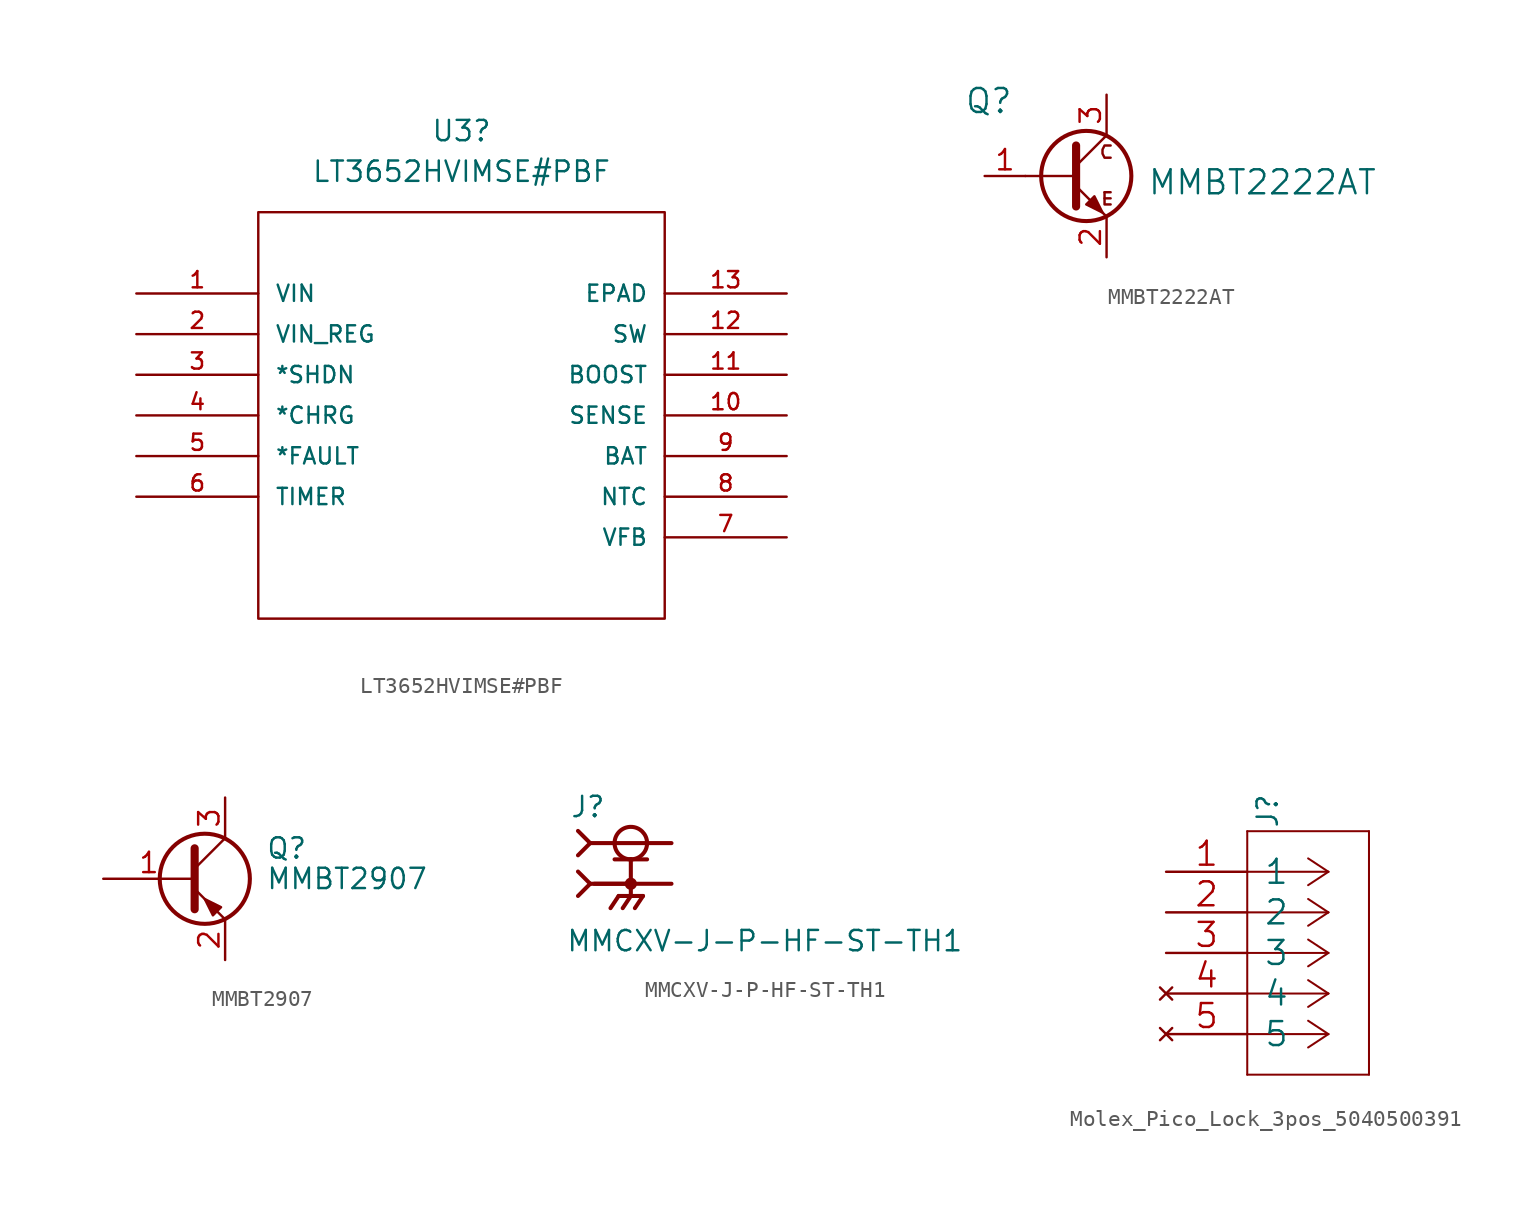
<source format=kicad_sym>
(kicad_symbol_lib
  (version 20220914)
  (generator kicad_symbol_editor)
  (symbol "LT3652HVIMSE#PBF"
    (pin_names
      (offset 1.016))
    (property "Reference" "U3"
      (at 50.8 10.16 0)
      (effects (font (size 1.27 1.27))))
    (property "Value" "LT3652HVIMSE#PBF"
      (at 50.8 7.62 0)
      (effects (font (size 1.27 1.27))))
    (symbol "LT3652HVIMSE#PBF_0_0"
      (rectangle (start 38.1 5.08) (end 63.5 -20.32) (stroke (width 0.152) (type default)) (fill (type none)))
      (pin input line (at 30.48 0 0) (length 7.62) (name "VIN" (effects (font (size 1.016 1.016)))) (number "1" (effects (font (size 1.016 1.016)))))
      (pin passive line (at 71.12 -7.62 180) (length 7.62) (name "SENSE" (effects (font (size 1.016 1.016)))) (number "10" (effects (font (size 1.016 1.016)))))
      (pin passive line (at 71.12 -5.08 180) (length 7.62) (name "BOOST" (effects (font (size 1.016 1.016)))) (number "11" (effects (font (size 1.016 1.016)))))
      (pin output line (at 71.12 -2.54 180) (length 7.62) (name "SW" (effects (font (size 1.016 1.016)))) (number "12" (effects (font (size 1.016 1.016)))))
      (pin passive line (at 71.12 0 180) (length 7.62) (name "EPAD" (effects (font (size 1.016 1.016)))) (number "13" (effects (font (size 1.016 1.016)))))
      (pin input line (at 30.48 -2.54 0) (length 7.62) (name "VIN_REG" (effects (font (size 1.016 1.016)))) (number "2" (effects (font (size 1.016 1.016)))))
      (pin input line (at 30.48 -5.08 0) (length 7.62) (name "*SHDN" (effects (font (size 1.016 1.016)))) (number "3" (effects (font (size 1.016 1.016)))))
      (pin output line (at 30.48 -7.62 0) (length 7.62) (name "*CHRG" (effects (font (size 1.016 1.016)))) (number "4" (effects (font (size 1.016 1.016)))))
      (pin output line (at 30.48 -10.16 0) (length 7.62) (name "*FAULT" (effects (font (size 1.016 1.016)))) (number "5" (effects (font (size 1.016 1.016)))))
      (pin passive line (at 30.48 -12.7 0) (length 7.62) (name "TIMER" (effects (font (size 1.016 1.016)))) (number "6" (effects (font (size 1.016 1.016)))))
      (pin output line (at 71.12 -15.24 180) (length 7.62) (name "VFB" (effects (font (size 1.016 1.016)))) (number "7" (effects (font (size 1.016 1.016)))))
      (pin input line (at 71.12 -12.7 180) (length 7.62) (name "NTC" (effects (font (size 1.016 1.016)))) (number "8" (effects (font (size 1.016 1.016)))))
      (pin output line (at 71.12 -10.16 180) (length 7.62) (name "BAT" (effects (font (size 1.016 1.016)))) (number "9" (effects (font (size 1.016 1.016)))))))
  (symbol "MMBT2222AT"
    (pin_names
      (offset 1.016) hide)
    (property "Reference" "Q"
      (at -8.89 3.81 0)
      (effects (font (size 1.499 1.499)) (justify left bottom)))
    (property "Value" "MMBT2222AT"
      (at 2.54 -1.27 0)
      (effects (font (size 1.499 1.499)) (justify left bottom)))
    (symbol "MMBT2222AT_0_1"
      (polyline (pts (xy -5.08 0) (xy -1.905 0)) (stroke (width 0) (type default)) (fill (type none)))
      (polyline (pts (xy -0.127 -1.397) (xy 0.254 -1.397)) (stroke (width 0) (type default)) (fill (type none)))
      (polyline (pts (xy -0.127 -1.016) (xy 0.254 -1.016)) (stroke (width 0) (type default)) (fill (type none)))
      (polyline (pts (xy -0.127 -1.016) (xy -0.127 -1.778) (xy 0.254 -1.778)) (stroke (width 0) (type default)) (fill (type none)))
      (polyline (pts (xy 0.254 1.905) (xy -0.127 1.905) (xy -0.254 1.651) (xy -0.254 1.397) (xy -0.127 1.143) (xy 0.254 1.143)) (stroke (width 0) (type default)) (fill (type none))))
    (symbol "MMBT2222AT_1_1"
      (circle (center -1.27 0) (radius 2.819) (stroke (width 0.254) (type default)) (fill (type none)))
      (polyline (pts (xy -1.905 0.635) (xy 0 2.54)) (stroke (width 0) (type default)) (fill (type none)))
      (polyline (pts (xy -1.905 -0.635) (xy 0 -2.54) (xy 0 -2.54)) (stroke (width 0) (type default)) (fill (type none)))
      (polyline (pts (xy -1.905 1.905) (xy -1.905 -1.905) (xy -1.905 -1.905)) (stroke (width 0.508) (type default)) (fill (type none)))
      (polyline (pts (xy -1.27 -1.778) (xy -0.762 -1.27) (xy -0.254 -2.286) (xy -1.27 -1.778) (xy -1.27 -1.778)) (stroke (width 0) (type default)) (fill (type outline)))
      (pin input line (at -7.62 0 0) (length 2.54) (name "B" (effects (font (size 1.27 1.27)))) (number "1" (effects (font (size 1.27 1.27)))))
      (pin passive line (at 0 -5.08 90) (length 2.54) (name "E" (effects (font (size 1.27 1.27)))) (number "2" (effects (font (size 1.27 1.27)))))
      (pin passive line (at 0 5.08 270) (length 2.54) (name "C" (effects (font (size 1.27 1.27)))) (number "3" (effects (font (size 1.27 1.27)))))))
  (symbol "MMBT2907"
    (pin_names
      (offset 0) hide)
    (property "Reference" "Q"
      (at 5.08 1.905 0)
      (effects (font (size 1.27 1.27)) (justify left)))
    (property "Value" "MMBT2907"
      (at 5.08 0 0)
      (effects (font (size 1.27 1.27)) (justify left)))
    (symbol "MMBT2907_0_1"
      (polyline (pts (xy 0.635 0.635) (xy 2.54 2.54)) (stroke (width 0) (type default)) (fill (type none)))
      (polyline (pts (xy 0.635 -0.635) (xy 2.54 -2.54) (xy 2.54 -2.54)) (stroke (width 0) (type default)) (fill (type none)))
      (polyline (pts (xy 0.635 1.905) (xy 0.635 -1.905) (xy 0.635 -1.905)) (stroke (width 0.508) (type default)) (fill (type none)))
      (polyline (pts (xy 2.286 -1.778) (xy 1.778 -2.286) (xy 1.27 -1.27) (xy 2.286 -1.778) (xy 2.286 -1.778)) (stroke (width 0) (type default)) (fill (type outline)))
      (circle (center 1.27 0) (radius 2.819) (stroke (width 0.254) (type default)) (fill (type none))))
    (symbol "MMBT2907_1_1"
      (pin input line (at -5.08 0 0) (length 5.715) (name "B" (effects (font (size 1.27 1.27)))) (number "1" (effects (font (size 1.27 1.27)))))
      (pin passive line (at 2.54 -5.08 90) (length 2.54) (name "E" (effects (font (size 1.27 1.27)))) (number "2" (effects (font (size 1.27 1.27)))))
      (pin passive line (at 2.54 5.08 270) (length 2.54) (name "C" (effects (font (size 1.27 1.27)))) (number "3" (effects (font (size 1.27 1.27)))))))
  (symbol "MMCXV-J-P-HF-ST-TH1"
    (pin_numbers hide)
    (pin_names
      (offset 1.016) hide)
    (property "Reference" "J"
      (at -3.81 4.064 0)
      (effects (font (size 1.27 1.27)) (justify left bottom)))
    (property "Value" "MMCXV-J-P-HF-ST-TH1"
      (at -4.064 -4.318 0)
      (effects (font (size 1.27 1.27)) (justify left bottom)))
    (property "ki_locked" ""
      (at 0 0 0)
      (effects (font (size 1.27 1.27))))
    (symbol "MMCXV-J-P-HF-ST-TH1_0_0"
      (polyline (pts (xy -3.302 -0.762) (xy -2.54 0)) (stroke (width 0.254) (type default)) (fill (type none)))
      (polyline (pts (xy -3.302 0.762) (xy -2.54 0)) (stroke (width 0.254) (type default)) (fill (type none)))
      (polyline (pts (xy -3.302 1.778) (xy -2.54 2.54)) (stroke (width 0.254) (type default)) (fill (type none)))
      (polyline (pts (xy -3.302 3.302) (xy -2.54 2.54)) (stroke (width 0.254) (type default)) (fill (type none)))
      (polyline (pts (xy -2.54 0) (xy 0 0)) (stroke (width 0.254) (type default)) (fill (type none)))
      (polyline (pts (xy -2.54 2.54) (xy 2.54 2.54)) (stroke (width 0.254) (type default)) (fill (type none)))
      (polyline (pts (xy -1.016 1.524) (xy 0 1.524)) (stroke (width 0.254) (type default)) (fill (type none)))
      (polyline (pts (xy -0.762 -0.762) (xy -1.27 -1.524)) (stroke (width 0.254) (type default)) (fill (type none)))
      (polyline (pts (xy 0 -0.762) (xy -0.762 -0.762)) (stroke (width 0.254) (type default)) (fill (type none)))
      (polyline (pts (xy 0 -0.762) (xy -0.508 -1.524)) (stroke (width 0.254) (type default)) (fill (type none)))
      (polyline (pts (xy 0 -0.762) (xy 0.762 -0.762)) (stroke (width 0.254) (type default)) (fill (type none)))
      (polyline (pts (xy 0 0) (xy -2.286 0)) (stroke (width 0.254) (type default)) (fill (type none)))
      (polyline (pts (xy 0 0) (xy 0 -0.762)) (stroke (width 0.254) (type default)) (fill (type none)))
      (polyline (pts (xy 0 1.524) (xy 0 0)) (stroke (width 0.254) (type default)) (fill (type none)))
      (polyline (pts (xy 0 1.524) (xy 1.016 1.524)) (stroke (width 0.254) (type default)) (fill (type none)))
      (polyline (pts (xy 0.762 -0.762) (xy 0.254 -1.524)) (stroke (width 0.254) (type default)) (fill (type none)))
      (polyline (pts (xy 2.54 0) (xy 0 0)) (stroke (width 0.254) (type default)) (fill (type none)))
      (circle (center 0 0) (radius 0.254) (stroke (width 0.254) (type default)) (fill (type none)))
      (circle (center 0 2.54) (radius 1.016) (stroke (width 0.254) (type default)) (fill (type none)))
      (pin passive line (at 2.54 2.54 180) (length 5.08) (name "~" (effects (font (size 1.016 1.016)))) (number "1" (effects (font (size 1.016 1.016)))))
      (pin passive line (at 2.54 0 180) (length 5.08) (name "~" (effects (font (size 1.016 1.016)))) (number "S1" (effects (font (size 1.016 1.016)))))
      (pin passive line (at 2.54 0 180) (length 5.08) (name "~" (effects (font (size 1.016 1.016)))) (number "S2" (effects (font (size 1.016 1.016)))))
      (pin passive line (at 2.54 0 180) (length 5.08) (name "~" (effects (font (size 1.016 1.016)))) (number "S3" (effects (font (size 1.016 1.016)))))
      (pin passive line (at 2.54 0 180) (length 5.08) (name "~" (effects (font (size 1.016 1.016)))) (number "S4" (effects (font (size 1.016 1.016)))))))
  (symbol "Molex_Pico_Lock_3pos_5040500391"
    (pin_names
      (offset 1.016))
    (property "Reference" "J"
      (at -2.54 8.89 90)
      (effects (font (size 1.27 1.27))))
    (symbol "Molex_Pico_Lock_3pos_5040500391_1_1"
      (polyline (pts (xy -3.81 -7.62) (xy 3.81 -7.62)) (stroke (width 0.127) (type default)) (fill (type none)))
      (polyline (pts (xy -3.81 7.62) (xy -3.81 -7.62)) (stroke (width 0.127) (type default)) (fill (type none)))
      (polyline (pts (xy 1.27 -5.08) (xy -3.81 -5.08)) (stroke (width 0.127) (type default)) (fill (type none)))
      (polyline (pts (xy 1.27 -5.08) (xy 0 -5.918)) (stroke (width 0.127) (type default)) (fill (type none)))
      (polyline (pts (xy 1.27 -5.08) (xy 0 -4.242)) (stroke (width 0.127) (type default)) (fill (type none)))
      (polyline (pts (xy 1.27 -2.54) (xy -3.81 -2.54)) (stroke (width 0.127) (type default)) (fill (type none)))
      (polyline (pts (xy 1.27 -2.54) (xy 0 -3.378)) (stroke (width 0.127) (type default)) (fill (type none)))
      (polyline (pts (xy 1.27 -2.54) (xy 0 -1.702)) (stroke (width 0.127) (type default)) (fill (type none)))
      (polyline (pts (xy 1.27 0) (xy -3.81 0)) (stroke (width 0.127) (type default)) (fill (type none)))
      (polyline (pts (xy 1.27 0) (xy 0 -0.838)) (stroke (width 0.127) (type default)) (fill (type none)))
      (polyline (pts (xy 1.27 0) (xy 0 0.838)) (stroke (width 0.127) (type default)) (fill (type none)))
      (polyline (pts (xy 1.27 2.54) (xy -3.81 2.54)) (stroke (width 0.127) (type default)) (fill (type none)))
      (polyline (pts (xy 1.27 2.54) (xy 0 1.702)) (stroke (width 0.127) (type default)) (fill (type none)))
      (polyline (pts (xy 1.27 2.54) (xy 0 3.378)) (stroke (width 0.127) (type default)) (fill (type none)))
      (polyline (pts (xy 1.27 5.08) (xy -3.81 5.08)) (stroke (width 0.127) (type default)) (fill (type none)))
      (polyline (pts (xy 1.27 5.08) (xy 0 4.242)) (stroke (width 0.127) (type default)) (fill (type none)))
      (polyline (pts (xy 1.27 5.08) (xy 0 5.918)) (stroke (width 0.127) (type default)) (fill (type none)))
      (polyline (pts (xy 3.81 -7.62) (xy 3.81 7.62)) (stroke (width 0.127) (type default)) (fill (type none)))
      (polyline (pts (xy 3.81 7.62) (xy -3.81 7.62)) (stroke (width 0.127) (type default)) (fill (type none)))
      (pin unspecified line (at -8.89 5.08 0) (length 5.08) (name "1" (effects (font (size 1.499 1.499)))) (number "1" (effects (font (size 1.499 1.499)))))
      (pin unspecified line (at -8.89 2.54 0) (length 5.08) (name "2" (effects (font (size 1.499 1.499)))) (number "2" (effects (font (size 1.499 1.499)))))
      (pin unspecified line (at -8.89 0 0) (length 5.08) (name "3" (effects (font (size 1.499 1.499)))) (number "3" (effects (font (size 1.499 1.499)))))
      (pin no_connect line (at -8.89 -2.54 0) (length 5.08) (name "4" (effects (font (size 1.499 1.499)))) (number "4" (effects (font (size 1.499 1.499)))))
      (pin no_connect line (at -8.89 -5.08 0) (length 5.08) (name "5" (effects (font (size 1.499 1.499)))) (number "5" (effects (font (size 1.499 1.499))))))))
</source>
